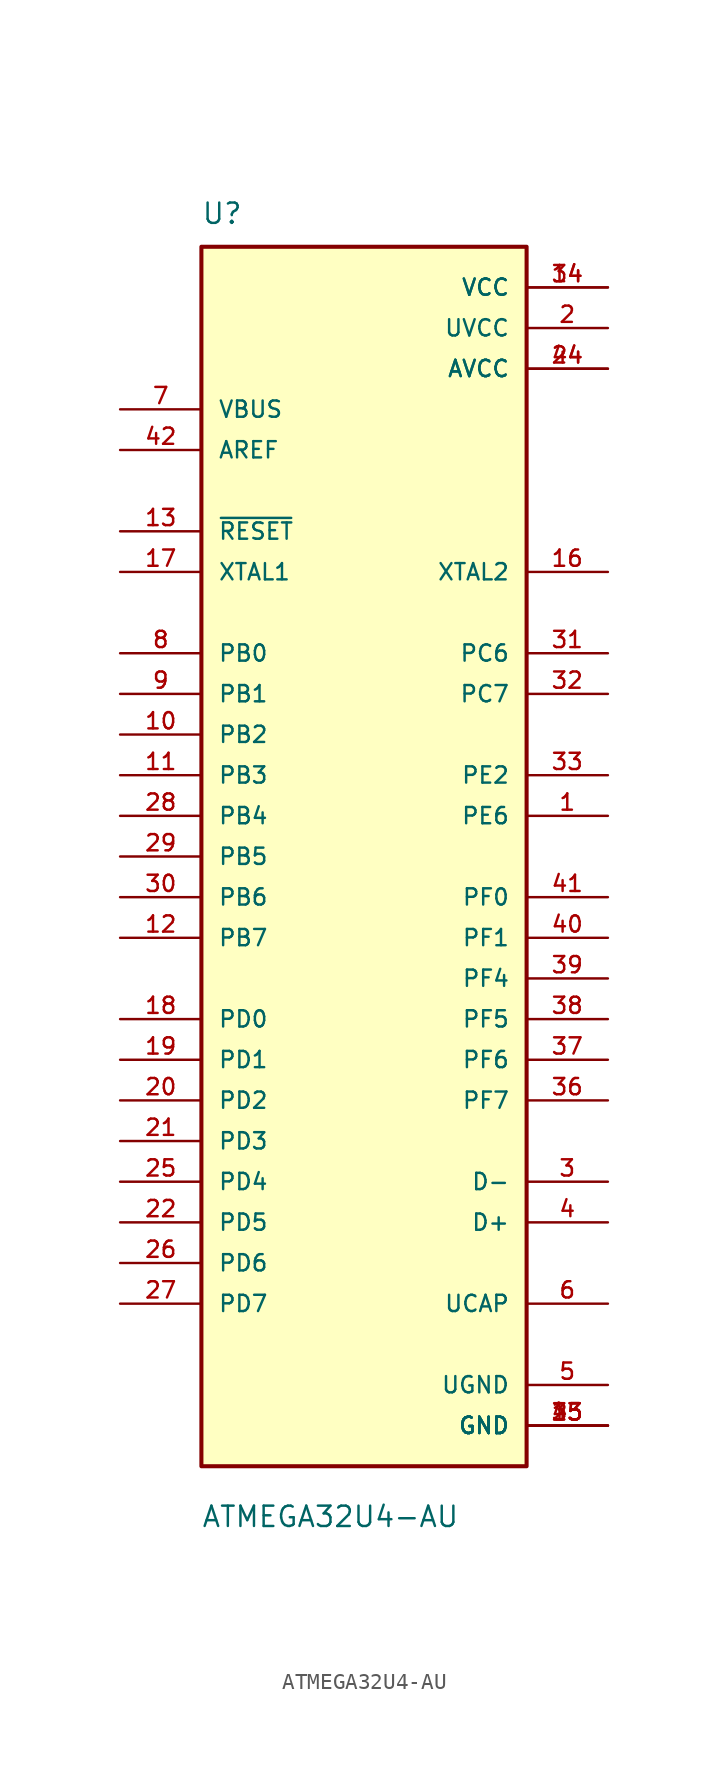
<source format=kicad_sym>
(kicad_symbol_lib
  (version 20211014)
  (generator kicad_symbol_editor)
  (symbol "ATMEGA32U4-AU"
    (pin_names
      (offset 1.016))
    (property "Reference" "U"
      (at -10.175 39.429 0)
      (effects (font (size 1.27 1.27)) (justify bottom left)))
    (property "Value" "ATMEGA32U4-AU"
      (at -10.18 -41.994 0)
      (effects (font (size 1.27 1.27)) (justify bottom left)))
    (symbol "ATMEGA32U4-AU_0_0"
      (rectangle (start -10.16 -38.1) (end 10.16 38.1) (stroke (width 0.254)) (fill (type background)))
      (pin power_in line (at 15.24 35.56 180.0) (length 5.08) (name "VCC" (effects (font (size 1.016 1.016)))) (number "14" (effects (font (size 1.016 1.016)))))
      (pin power_in line (at 15.24 35.56 180.0) (length 5.08) (name "VCC" (effects (font (size 1.016 1.016)))) (number "34" (effects (font (size 1.016 1.016)))))
      (pin power_in line (at 15.24 33.02 180.0) (length 5.08) (name "UVCC" (effects (font (size 1.016 1.016)))) (number "2" (effects (font (size 1.016 1.016)))))
      (pin power_in line (at 15.24 30.48 180.0) (length 5.08) (name "AVCC" (effects (font (size 1.016 1.016)))) (number "24" (effects (font (size 1.016 1.016)))))
      (pin power_in line (at 15.24 30.48 180.0) (length 5.08) (name "AVCC" (effects (font (size 1.016 1.016)))) (number "44" (effects (font (size 1.016 1.016)))))
      (pin power_in line (at 15.24 -33.02 180.0) (length 5.08) (name "UGND" (effects (font (size 1.016 1.016)))) (number "5" (effects (font (size 1.016 1.016)))))
      (pin power_in line (at 15.24 -35.56 180.0) (length 5.08) (name "GND" (effects (font (size 1.016 1.016)))) (number "15" (effects (font (size 1.016 1.016)))))
      (pin power_in line (at 15.24 -35.56 180.0) (length 5.08) (name "GND" (effects (font (size 1.016 1.016)))) (number "23" (effects (font (size 1.016 1.016)))))
      (pin power_in line (at 15.24 -35.56 180.0) (length 5.08) (name "GND" (effects (font (size 1.016 1.016)))) (number "35" (effects (font (size 1.016 1.016)))))
      (pin power_in line (at 15.24 -35.56 180.0) (length 5.08) (name "GND" (effects (font (size 1.016 1.016)))) (number "43" (effects (font (size 1.016 1.016)))))
      (pin passive line (at 15.24 -27.94 180.0) (length 5.08) (name "UCAP" (effects (font (size 1.016 1.016)))) (number "6" (effects (font (size 1.016 1.016)))))
      (pin bidirectional line (at -15.24 12.7 0) (length 5.08) (name "PB0" (effects (font (size 1.016 1.016)))) (number "8" (effects (font (size 1.016 1.016)))))
      (pin bidirectional line (at -15.24 10.16 0) (length 5.08) (name "PB1" (effects (font (size 1.016 1.016)))) (number "9" (effects (font (size 1.016 1.016)))))
      (pin bidirectional line (at -15.24 7.62 0) (length 5.08) (name "PB2" (effects (font (size 1.016 1.016)))) (number "10" (effects (font (size 1.016 1.016)))))
      (pin bidirectional line (at -15.24 5.08 0) (length 5.08) (name "PB3" (effects (font (size 1.016 1.016)))) (number "11" (effects (font (size 1.016 1.016)))))
      (pin bidirectional line (at -15.24 2.54 0) (length 5.08) (name "PB4" (effects (font (size 1.016 1.016)))) (number "28" (effects (font (size 1.016 1.016)))))
      (pin bidirectional line (at -15.24 0.0 0) (length 5.08) (name "PB5" (effects (font (size 1.016 1.016)))) (number "29" (effects (font (size 1.016 1.016)))))
      (pin bidirectional line (at -15.24 -2.54 0) (length 5.08) (name "PB6" (effects (font (size 1.016 1.016)))) (number "30" (effects (font (size 1.016 1.016)))))
      (pin bidirectional line (at -15.24 -5.08 0) (length 5.08) (name "PB7" (effects (font (size 1.016 1.016)))) (number "12" (effects (font (size 1.016 1.016)))))
      (pin bidirectional line (at 15.24 12.7 180.0) (length 5.08) (name "PC6" (effects (font (size 1.016 1.016)))) (number "31" (effects (font (size 1.016 1.016)))))
      (pin bidirectional line (at 15.24 10.16 180.0) (length 5.08) (name "PC7" (effects (font (size 1.016 1.016)))) (number "32" (effects (font (size 1.016 1.016)))))
      (pin bidirectional line (at -15.24 -10.16 0) (length 5.08) (name "PD0" (effects (font (size 1.016 1.016)))) (number "18" (effects (font (size 1.016 1.016)))))
      (pin bidirectional line (at -15.24 -12.7 0) (length 5.08) (name "PD1" (effects (font (size 1.016 1.016)))) (number "19" (effects (font (size 1.016 1.016)))))
      (pin bidirectional line (at -15.24 -15.24 0) (length 5.08) (name "PD2" (effects (font (size 1.016 1.016)))) (number "20" (effects (font (size 1.016 1.016)))))
      (pin bidirectional line (at -15.24 -17.78 0) (length 5.08) (name "PD3" (effects (font (size 1.016 1.016)))) (number "21" (effects (font (size 1.016 1.016)))))
      (pin bidirectional line (at -15.24 -20.32 0) (length 5.08) (name "PD4" (effects (font (size 1.016 1.016)))) (number "25" (effects (font (size 1.016 1.016)))))
      (pin bidirectional line (at -15.24 -22.86 0) (length 5.08) (name "PD5" (effects (font (size 1.016 1.016)))) (number "22" (effects (font (size 1.016 1.016)))))
      (pin bidirectional line (at -15.24 -25.4 0) (length 5.08) (name "PD6" (effects (font (size 1.016 1.016)))) (number "26" (effects (font (size 1.016 1.016)))))
      (pin bidirectional line (at -15.24 -27.94 0) (length 5.08) (name "PD7" (effects (font (size 1.016 1.016)))) (number "27" (effects (font (size 1.016 1.016)))))
      (pin bidirectional line (at 15.24 5.08 180.0) (length 5.08) (name "PE2" (effects (font (size 1.016 1.016)))) (number "33" (effects (font (size 1.016 1.016)))))
      (pin bidirectional line (at 15.24 2.54 180.0) (length 5.08) (name "PE6" (effects (font (size 1.016 1.016)))) (number "1" (effects (font (size 1.016 1.016)))))
      (pin bidirectional line (at 15.24 -2.54 180.0) (length 5.08) (name "PF0" (effects (font (size 1.016 1.016)))) (number "41" (effects (font (size 1.016 1.016)))))
      (pin bidirectional line (at 15.24 -5.08 180.0) (length 5.08) (name "PF1" (effects (font (size 1.016 1.016)))) (number "40" (effects (font (size 1.016 1.016)))))
      (pin bidirectional line (at 15.24 -7.62 180.0) (length 5.08) (name "PF4" (effects (font (size 1.016 1.016)))) (number "39" (effects (font (size 1.016 1.016)))))
      (pin bidirectional line (at 15.24 -10.16 180.0) (length 5.08) (name "PF5" (effects (font (size 1.016 1.016)))) (number "38" (effects (font (size 1.016 1.016)))))
      (pin bidirectional line (at 15.24 -12.7 180.0) (length 5.08) (name "PF6" (effects (font (size 1.016 1.016)))) (number "37" (effects (font (size 1.016 1.016)))))
      (pin bidirectional line (at 15.24 -15.24 180.0) (length 5.08) (name "PF7" (effects (font (size 1.016 1.016)))) (number "36" (effects (font (size 1.016 1.016)))))
      (pin bidirectional line (at 15.24 -20.32 180.0) (length 5.08) (name "D-" (effects (font (size 1.016 1.016)))) (number "3" (effects (font (size 1.016 1.016)))))
      (pin bidirectional line (at 15.24 -22.86 180.0) (length 5.08) (name "D+" (effects (font (size 1.016 1.016)))) (number "4" (effects (font (size 1.016 1.016)))))
      (pin input line (at -15.24 17.78 0) (length 5.08) (name "XTAL1" (effects (font (size 1.016 1.016)))) (number "17" (effects (font (size 1.016 1.016)))))
      (pin input line (at -15.24 20.32 0) (length 5.08) (name "~{RESET}" (effects (font (size 1.016 1.016)))) (number "13" (effects (font (size 1.016 1.016)))))
      (pin input line (at -15.24 25.4 0) (length 5.08) (name "AREF" (effects (font (size 1.016 1.016)))) (number "42" (effects (font (size 1.016 1.016)))))
      (pin input line (at -15.24 27.94 0) (length 5.08) (name "VBUS" (effects (font (size 1.016 1.016)))) (number "7" (effects (font (size 1.016 1.016)))))
      (pin output line (at 15.24 17.78 180.0) (length 5.08) (name "XTAL2" (effects (font (size 1.016 1.016)))) (number "16" (effects (font (size 1.016 1.016))))))))
</source>
